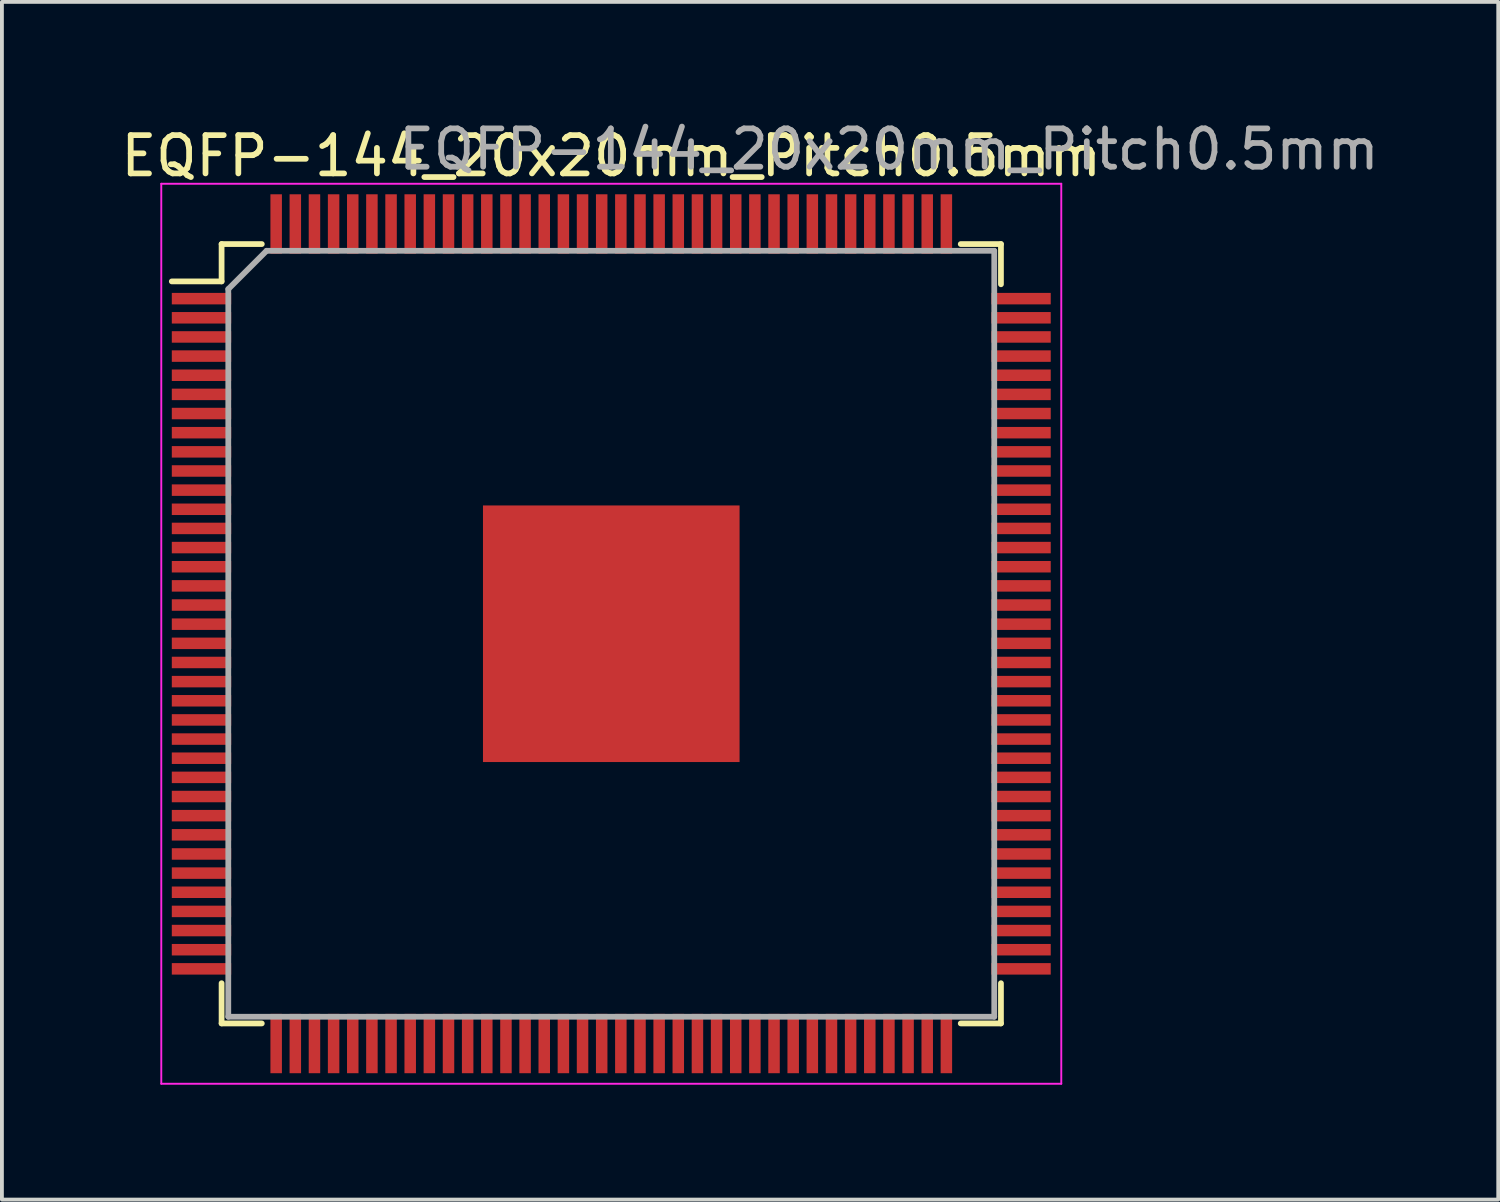
<source format=kicad_pcb>
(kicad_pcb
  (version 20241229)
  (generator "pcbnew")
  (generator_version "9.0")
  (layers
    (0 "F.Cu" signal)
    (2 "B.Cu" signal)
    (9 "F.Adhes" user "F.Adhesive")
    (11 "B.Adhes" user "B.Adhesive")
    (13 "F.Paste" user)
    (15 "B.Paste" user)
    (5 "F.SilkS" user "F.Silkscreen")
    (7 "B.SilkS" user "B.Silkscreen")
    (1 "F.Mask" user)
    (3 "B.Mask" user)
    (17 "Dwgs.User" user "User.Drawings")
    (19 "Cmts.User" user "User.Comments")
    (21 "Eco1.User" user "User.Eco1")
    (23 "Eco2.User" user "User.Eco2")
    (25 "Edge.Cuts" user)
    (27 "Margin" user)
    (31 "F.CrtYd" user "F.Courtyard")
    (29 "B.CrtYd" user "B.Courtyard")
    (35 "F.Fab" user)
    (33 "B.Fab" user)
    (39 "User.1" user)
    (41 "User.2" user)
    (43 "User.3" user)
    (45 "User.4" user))
  (footprint "EQFP-144_20x20mm_Pitch0.5mm"
    (layer "F.Cu")
    (at 12.911 13.498)
    (property "Reference" "EQFP-144_20x20mm_Pitch0.5mm" (at 0 -12.475 0) (layer "F.SilkS") (effects (font (size 1 1) (thickness 0.15))))
    (attr smd)
    (fp_line (start -10.175 -10.175) (end -10.175 -9.2) (stroke (width 0.15) (type solid)) (layer "F.SilkS"))
    (fp_line (start -10.175 -10.175) (end -9.125 -10.175) (stroke (width 0.15) (type solid)) (layer "F.SilkS"))
    (fp_line (start -10.175 -9.2) (end -11.475 -9.2) (stroke (width 0.15) (type solid)) (layer "F.SilkS"))
    (fp_line (start -10.175 10.175) (end -10.175 9.125) (stroke (width 0.15) (type solid)) (layer "F.SilkS"))
    (fp_line (start -10.175 10.175) (end -9.125 10.175) (stroke (width 0.15) (type solid)) (layer "F.SilkS"))
    (fp_line (start 10.175 -10.175) (end 9.125 -10.175) (stroke (width 0.15) (type solid)) (layer "F.SilkS"))
    (fp_line (start 10.175 -10.175) (end 10.175 -9.125) (stroke (width 0.15) (type solid)) (layer "F.SilkS"))
    (fp_line (start 10.175 10.175) (end 9.125 10.175) (stroke (width 0.15) (type solid)) (layer "F.SilkS"))
    (fp_line (start 10.175 10.175) (end 10.175 9.125) (stroke (width 0.15) (type solid)) (layer "F.SilkS"))
    (fp_line (start -11.75 -11.75) (end -11.75 11.75) (stroke (width 0.05) (type solid)) (layer "F.CrtYd"))
    (fp_line (start -11.75 -11.75) (end 11.75 -11.75) (stroke (width 0.05) (type solid)) (layer "F.CrtYd"))
    (fp_line (start -11.75 11.75) (end 11.75 11.75) (stroke (width 0.05) (type solid)) (layer "F.CrtYd"))
    (fp_line (start 11.75 -11.75) (end 11.75 11.75) (stroke (width 0.05) (type solid)) (layer "F.CrtYd"))
    (fp_line (start -10 -9) (end -9 -10) (stroke (width 0.15) (type solid)) (layer "F.Fab"))
    (fp_line (start -10 10) (end -10 -9) (stroke (width 0.15) (type solid)) (layer "F.Fab"))
    (fp_line (start -9 -10) (end 10 -10) (stroke (width 0.15) (type solid)) (layer "F.Fab"))
    (fp_line (start 10 -10) (end 10 10) (stroke (width 0.15) (type solid)) (layer "F.Fab"))
    (fp_line (start 10 10) (end -10 10) (stroke (width 0.15) (type solid)) (layer "F.Fab"))
    (fp_text user "${REFERENCE}" (at 7.25 -12.65 0) (layer "F.Fab") (effects (font (size 1 1) (thickness 0.15))))
    (pad "1" smd rect (at -10.7 -8.75) (size 1.55 0.3) (layers "F.Cu" "F.Mask" "F.Paste"))
    (pad "2" smd rect (at -10.7 -8.25) (size 1.55 0.3) (layers "F.Cu" "F.Mask" "F.Paste"))
    (pad "3" smd rect (at -10.7 -7.75) (size 1.55 0.3) (layers "F.Cu" "F.Mask" "F.Paste"))
    (pad "4" smd rect (at -10.7 -7.25) (size 1.55 0.3) (layers "F.Cu" "F.Mask" "F.Paste"))
    (pad "5" smd rect (at -10.7 -6.75) (size 1.55 0.3) (layers "F.Cu" "F.Mask" "F.Paste"))
    (pad "6" smd rect (at -10.7 -6.25) (size 1.55 0.3) (layers "F.Cu" "F.Mask" "F.Paste"))
    (pad "7" smd rect (at -10.7 -5.75) (size 1.55 0.3) (layers "F.Cu" "F.Mask" "F.Paste"))
    (pad "8" smd rect (at -10.7 -5.25) (size 1.55 0.3) (layers "F.Cu" "F.Mask" "F.Paste"))
    (pad "9" smd rect (at -10.7 -4.75) (size 1.55 0.3) (layers "F.Cu" "F.Mask" "F.Paste"))
    (pad "10" smd rect (at -10.7 -4.25) (size 1.55 0.3) (layers "F.Cu" "F.Mask" "F.Paste"))
    (pad "11" smd rect (at -10.7 -3.75) (size 1.55 0.3) (layers "F.Cu" "F.Mask" "F.Paste"))
    (pad "12" smd rect (at -10.7 -3.25) (size 1.55 0.3) (layers "F.Cu" "F.Mask" "F.Paste"))
    (pad "13" smd rect (at -10.7 -2.75) (size 1.55 0.3) (layers "F.Cu" "F.Mask" "F.Paste"))
    (pad "14" smd rect (at -10.7 -2.25) (size 1.55 0.3) (layers "F.Cu" "F.Mask" "F.Paste"))
    (pad "15" smd rect (at -10.7 -1.75) (size 1.55 0.3) (layers "F.Cu" "F.Mask" "F.Paste"))
    (pad "16" smd rect (at -10.7 -1.25) (size 1.55 0.3) (layers "F.Cu" "F.Mask" "F.Paste"))
    (pad "17" smd rect (at -10.7 -0.75) (size 1.55 0.3) (layers "F.Cu" "F.Mask" "F.Paste"))
    (pad "18" smd rect (at -10.7 -0.25) (size 1.55 0.3) (layers "F.Cu" "F.Mask" "F.Paste"))
    (pad "19" smd rect (at -10.7 0.25) (size 1.55 0.3) (layers "F.Cu" "F.Mask" "F.Paste"))
    (pad "20" smd rect (at -10.7 0.75) (size 1.55 0.3) (layers "F.Cu" "F.Mask" "F.Paste"))
    (pad "21" smd rect (at -10.7 1.25) (size 1.55 0.3) (layers "F.Cu" "F.Mask" "F.Paste"))
    (pad "22" smd rect (at -10.7 1.75) (size 1.55 0.3) (layers "F.Cu" "F.Mask" "F.Paste"))
    (pad "23" smd rect (at -10.7 2.25) (size 1.55 0.3) (layers "F.Cu" "F.Mask" "F.Paste"))
    (pad "24" smd rect (at -10.7 2.75) (size 1.55 0.3) (layers "F.Cu" "F.Mask" "F.Paste"))
    (pad "25" smd rect (at -10.7 3.25) (size 1.55 0.3) (layers "F.Cu" "F.Mask" "F.Paste"))
    (pad "26" smd rect (at -10.7 3.75) (size 1.55 0.3) (layers "F.Cu" "F.Mask" "F.Paste"))
    (pad "27" smd rect (at -10.7 4.25) (size 1.55 0.3) (layers "F.Cu" "F.Mask" "F.Paste"))
    (pad "28" smd rect (at -10.7 4.75) (size 1.55 0.3) (layers "F.Cu" "F.Mask" "F.Paste"))
    (pad "29" smd rect (at -10.7 5.25) (size 1.55 0.3) (layers "F.Cu" "F.Mask" "F.Paste"))
    (pad "30" smd rect (at -10.7 5.75) (size 1.55 0.3) (layers "F.Cu" "F.Mask" "F.Paste"))
    (pad "31" smd rect (at -10.7 6.25) (size 1.55 0.3) (layers "F.Cu" "F.Mask" "F.Paste"))
    (pad "32" smd rect (at -10.7 6.75) (size 1.55 0.3) (layers "F.Cu" "F.Mask" "F.Paste"))
    (pad "33" smd rect (at -10.7 7.25) (size 1.55 0.3) (layers "F.Cu" "F.Mask" "F.Paste"))
    (pad "34" smd rect (at -10.7 7.75) (size 1.55 0.3) (layers "F.Cu" "F.Mask" "F.Paste"))
    (pad "35" smd rect (at -10.7 8.25) (size 1.55 0.3) (layers "F.Cu" "F.Mask" "F.Paste"))
    (pad "36" smd rect (at -10.7 8.75) (size 1.55 0.3) (layers "F.Cu" "F.Mask" "F.Paste"))
    (pad "37" smd rect (at -8.75 10.7 90) (size 1.55 0.3) (layers "F.Cu" "F.Mask" "F.Paste"))
    (pad "38" smd rect (at -8.25 10.7 90) (size 1.55 0.3) (layers "F.Cu" "F.Mask" "F.Paste"))
    (pad "39" smd rect (at -7.75 10.7 90) (size 1.55 0.3) (layers "F.Cu" "F.Mask" "F.Paste"))
    (pad "40" smd rect (at -7.25 10.7 90) (size 1.55 0.3) (layers "F.Cu" "F.Mask" "F.Paste"))
    (pad "41" smd rect (at -6.75 10.7 90) (size 1.55 0.3) (layers "F.Cu" "F.Mask" "F.Paste"))
    (pad "42" smd rect (at -6.25 10.7 90) (size 1.55 0.3) (layers "F.Cu" "F.Mask" "F.Paste"))
    (pad "43" smd rect (at -5.75 10.7 90) (size 1.55 0.3) (layers "F.Cu" "F.Mask" "F.Paste"))
    (pad "44" smd rect (at -5.25 10.7 90) (size 1.55 0.3) (layers "F.Cu" "F.Mask" "F.Paste"))
    (pad "45" smd rect (at -4.75 10.7 90) (size 1.55 0.3) (layers "F.Cu" "F.Mask" "F.Paste"))
    (pad "46" smd rect (at -4.25 10.7 90) (size 1.55 0.3) (layers "F.Cu" "F.Mask" "F.Paste"))
    (pad "47" smd rect (at -3.75 10.7 90) (size 1.55 0.3) (layers "F.Cu" "F.Mask" "F.Paste"))
    (pad "48" smd rect (at -3.25 10.7 90) (size 1.55 0.3) (layers "F.Cu" "F.Mask" "F.Paste"))
    (pad "49" smd rect (at -2.75 10.7 90) (size 1.55 0.3) (layers "F.Cu" "F.Mask" "F.Paste"))
    (pad "50" smd rect (at -2.25 10.7 90) (size 1.55 0.3) (layers "F.Cu" "F.Mask" "F.Paste"))
    (pad "51" smd rect (at -1.75 10.7 90) (size 1.55 0.3) (layers "F.Cu" "F.Mask" "F.Paste"))
    (pad "52" smd rect (at -1.25 10.7 90) (size 1.55 0.3) (layers "F.Cu" "F.Mask" "F.Paste"))
    (pad "53" smd rect (at -0.75 10.7 90) (size 1.55 0.3) (layers "F.Cu" "F.Mask" "F.Paste"))
    (pad "54" smd rect (at -0.25 10.7 90) (size 1.55 0.3) (layers "F.Cu" "F.Mask" "F.Paste"))
    (pad "55" smd rect (at 0.25 10.7 90) (size 1.55 0.3) (layers "F.Cu" "F.Mask" "F.Paste"))
    (pad "56" smd rect (at 0.75 10.7 90) (size 1.55 0.3) (layers "F.Cu" "F.Mask" "F.Paste"))
    (pad "57" smd rect (at 1.25 10.7 90) (size 1.55 0.3) (layers "F.Cu" "F.Mask" "F.Paste"))
    (pad "58" smd rect (at 1.75 10.7 90) (size 1.55 0.3) (layers "F.Cu" "F.Mask" "F.Paste"))
    (pad "59" smd rect (at 2.25 10.7 90) (size 1.55 0.3) (layers "F.Cu" "F.Mask" "F.Paste"))
    (pad "60" smd rect (at 2.75 10.7 90) (size 1.55 0.3) (layers "F.Cu" "F.Mask" "F.Paste"))
    (pad "61" smd rect (at 3.25 10.7 90) (size 1.55 0.3) (layers "F.Cu" "F.Mask" "F.Paste"))
    (pad "62" smd rect (at 3.75 10.7 90) (size 1.55 0.3) (layers "F.Cu" "F.Mask" "F.Paste"))
    (pad "63" smd rect (at 4.25 10.7 90) (size 1.55 0.3) (layers "F.Cu" "F.Mask" "F.Paste"))
    (pad "64" smd rect (at 4.75 10.7 90) (size 1.55 0.3) (layers "F.Cu" "F.Mask" "F.Paste"))
    (pad "65" smd rect (at 5.25 10.7 90) (size 1.55 0.3) (layers "F.Cu" "F.Mask" "F.Paste"))
    (pad "66" smd rect (at 5.75 10.7 90) (size 1.55 0.3) (layers "F.Cu" "F.Mask" "F.Paste"))
    (pad "67" smd rect (at 6.25 10.7 90) (size 1.55 0.3) (layers "F.Cu" "F.Mask" "F.Paste"))
    (pad "68" smd rect (at 6.75 10.7 90) (size 1.55 0.3) (layers "F.Cu" "F.Mask" "F.Paste"))
    (pad "69" smd rect (at 7.25 10.7 90) (size 1.55 0.3) (layers "F.Cu" "F.Mask" "F.Paste"))
    (pad "70" smd rect (at 7.75 10.7 90) (size 1.55 0.3) (layers "F.Cu" "F.Mask" "F.Paste"))
    (pad "71" smd rect (at 8.25 10.7 90) (size 1.55 0.3) (layers "F.Cu" "F.Mask" "F.Paste"))
    (pad "72" smd rect (at 8.75 10.7 90) (size 1.55 0.3) (layers "F.Cu" "F.Mask" "F.Paste"))
    (pad "73" smd rect (at 10.7 8.75) (size 1.55 0.3) (layers "F.Cu" "F.Mask" "F.Paste"))
    (pad "74" smd rect (at 10.7 8.25) (size 1.55 0.3) (layers "F.Cu" "F.Mask" "F.Paste"))
    (pad "75" smd rect (at 10.7 7.75) (size 1.55 0.3) (layers "F.Cu" "F.Mask" "F.Paste"))
    (pad "76" smd rect (at 10.7 7.25) (size 1.55 0.3) (layers "F.Cu" "F.Mask" "F.Paste"))
    (pad "77" smd rect (at 10.7 6.75) (size 1.55 0.3) (layers "F.Cu" "F.Mask" "F.Paste"))
    (pad "78" smd rect (at 10.7 6.25) (size 1.55 0.3) (layers "F.Cu" "F.Mask" "F.Paste"))
    (pad "79" smd rect (at 10.7 5.75) (size 1.55 0.3) (layers "F.Cu" "F.Mask" "F.Paste"))
    (pad "80" smd rect (at 10.7 5.25) (size 1.55 0.3) (layers "F.Cu" "F.Mask" "F.Paste"))
    (pad "81" smd rect (at 10.7 4.75) (size 1.55 0.3) (layers "F.Cu" "F.Mask" "F.Paste"))
    (pad "82" smd rect (at 10.7 4.25) (size 1.55 0.3) (layers "F.Cu" "F.Mask" "F.Paste"))
    (pad "83" smd rect (at 10.7 3.75) (size 1.55 0.3) (layers "F.Cu" "F.Mask" "F.Paste"))
    (pad "84" smd rect (at 10.7 3.25) (size 1.55 0.3) (layers "F.Cu" "F.Mask" "F.Paste"))
    (pad "85" smd rect (at 10.7 2.75) (size 1.55 0.3) (layers "F.Cu" "F.Mask" "F.Paste"))
    (pad "86" smd rect (at 10.7 2.25) (size 1.55 0.3) (layers "F.Cu" "F.Mask" "F.Paste"))
    (pad "87" smd rect (at 10.7 1.75) (size 1.55 0.3) (layers "F.Cu" "F.Mask" "F.Paste"))
    (pad "88" smd rect (at 10.7 1.25) (size 1.55 0.3) (layers "F.Cu" "F.Mask" "F.Paste"))
    (pad "89" smd rect (at 10.7 0.75) (size 1.55 0.3) (layers "F.Cu" "F.Mask" "F.Paste"))
    (pad "90" smd rect (at 10.7 0.25) (size 1.55 0.3) (layers "F.Cu" "F.Mask" "F.Paste"))
    (pad "91" smd rect (at 10.7 -0.25) (size 1.55 0.3) (layers "F.Cu" "F.Mask" "F.Paste"))
    (pad "92" smd rect (at 10.7 -0.75) (size 1.55 0.3) (layers "F.Cu" "F.Mask" "F.Paste"))
    (pad "93" smd rect (at 10.7 -1.25) (size 1.55 0.3) (layers "F.Cu" "F.Mask" "F.Paste"))
    (pad "94" smd rect (at 10.7 -1.75) (size 1.55 0.3) (layers "F.Cu" "F.Mask" "F.Paste"))
    (pad "95" smd rect (at 10.7 -2.25) (size 1.55 0.3) (layers "F.Cu" "F.Mask" "F.Paste"))
    (pad "96" smd rect (at 10.7 -2.75) (size 1.55 0.3) (layers "F.Cu" "F.Mask" "F.Paste"))
    (pad "97" smd rect (at 10.7 -3.25) (size 1.55 0.3) (layers "F.Cu" "F.Mask" "F.Paste"))
    (pad "98" smd rect (at 10.7 -3.75) (size 1.55 0.3) (layers "F.Cu" "F.Mask" "F.Paste"))
    (pad "99" smd rect (at 10.7 -4.25) (size 1.55 0.3) (layers "F.Cu" "F.Mask" "F.Paste"))
    (pad "100" smd rect (at 10.7 -4.75) (size 1.55 0.3) (layers "F.Cu" "F.Mask" "F.Paste"))
    (pad "101" smd rect (at 10.7 -5.25) (size 1.55 0.3) (layers "F.Cu" "F.Mask" "F.Paste"))
    (pad "102" smd rect (at 10.7 -5.75) (size 1.55 0.3) (layers "F.Cu" "F.Mask" "F.Paste"))
    (pad "103" smd rect (at 10.7 -6.25) (size 1.55 0.3) (layers "F.Cu" "F.Mask" "F.Paste"))
    (pad "104" smd rect (at 10.7 -6.75) (size 1.55 0.3) (layers "F.Cu" "F.Mask" "F.Paste"))
    (pad "105" smd rect (at 10.7 -7.25) (size 1.55 0.3) (layers "F.Cu" "F.Mask" "F.Paste"))
    (pad "106" smd rect (at 10.7 -7.75) (size 1.55 0.3) (layers "F.Cu" "F.Mask" "F.Paste"))
    (pad "107" smd rect (at 10.7 -8.25) (size 1.55 0.3) (layers "F.Cu" "F.Mask" "F.Paste"))
    (pad "108" smd rect (at 10.7 -8.75) (size 1.55 0.3) (layers "F.Cu" "F.Mask" "F.Paste"))
    (pad "109" smd rect (at 8.75 -10.7 90) (size 1.55 0.3) (layers "F.Cu" "F.Mask" "F.Paste"))
    (pad "110" smd rect (at 8.25 -10.7 90) (size 1.55 0.3) (layers "F.Cu" "F.Mask" "F.Paste"))
    (pad "111" smd rect (at 7.75 -10.7 90) (size 1.55 0.3) (layers "F.Cu" "F.Mask" "F.Paste"))
    (pad "112" smd rect (at 7.25 -10.7 90) (size 1.55 0.3) (layers "F.Cu" "F.Mask" "F.Paste"))
    (pad "113" smd rect (at 6.75 -10.7 90) (size 1.55 0.3) (layers "F.Cu" "F.Mask" "F.Paste"))
    (pad "114" smd rect (at 6.25 -10.7 90) (size 1.55 0.3) (layers "F.Cu" "F.Mask" "F.Paste"))
    (pad "115" smd rect (at 5.75 -10.7 90) (size 1.55 0.3) (layers "F.Cu" "F.Mask" "F.Paste"))
    (pad "116" smd rect (at 5.25 -10.7 90) (size 1.55 0.3) (layers "F.Cu" "F.Mask" "F.Paste"))
    (pad "117" smd rect (at 4.75 -10.7 90) (size 1.55 0.3) (layers "F.Cu" "F.Mask" "F.Paste"))
    (pad "118" smd rect (at 4.25 -10.7 90) (size 1.55 0.3) (layers "F.Cu" "F.Mask" "F.Paste"))
    (pad "119" smd rect (at 3.75 -10.7 90) (size 1.55 0.3) (layers "F.Cu" "F.Mask" "F.Paste"))
    (pad "120" smd rect (at 3.25 -10.7 90) (size 1.55 0.3) (layers "F.Cu" "F.Mask" "F.Paste"))
    (pad "121" smd rect (at 2.75 -10.7 90) (size 1.55 0.3) (layers "F.Cu" "F.Mask" "F.Paste"))
    (pad "122" smd rect (at 2.25 -10.7 90) (size 1.55 0.3) (layers "F.Cu" "F.Mask" "F.Paste"))
    (pad "123" smd rect (at 1.75 -10.7 90) (size 1.55 0.3) (layers "F.Cu" "F.Mask" "F.Paste"))
    (pad "124" smd rect (at 1.25 -10.7 90) (size 1.55 0.3) (layers "F.Cu" "F.Mask" "F.Paste"))
    (pad "125" smd rect (at 0.75 -10.7 90) (size 1.55 0.3) (layers "F.Cu" "F.Mask" "F.Paste"))
    (pad "126" smd rect (at 0.25 -10.7 90) (size 1.55 0.3) (layers "F.Cu" "F.Mask" "F.Paste"))
    (pad "127" smd rect (at -0.25 -10.7 90) (size 1.55 0.3) (layers "F.Cu" "F.Mask" "F.Paste"))
    (pad "128" smd rect (at -0.75 -10.7 90) (size 1.55 0.3) (layers "F.Cu" "F.Mask" "F.Paste"))
    (pad "129" smd rect (at -1.25 -10.7 90) (size 1.55 0.3) (layers "F.Cu" "F.Mask" "F.Paste"))
    (pad "130" smd rect (at -1.75 -10.7 90) (size 1.55 0.3) (layers "F.Cu" "F.Mask" "F.Paste"))
    (pad "131" smd rect (at -2.25 -10.7 90) (size 1.55 0.3) (layers "F.Cu" "F.Mask" "F.Paste"))
    (pad "132" smd rect (at -2.75 -10.7 90) (size 1.55 0.3) (layers "F.Cu" "F.Mask" "F.Paste"))
    (pad "133" smd rect (at -3.25 -10.7 90) (size 1.55 0.3) (layers "F.Cu" "F.Mask" "F.Paste"))
    (pad "134" smd rect (at -3.75 -10.7 90) (size 1.55 0.3) (layers "F.Cu" "F.Mask" "F.Paste"))
    (pad "135" smd rect (at -4.25 -10.7 90) (size 1.55 0.3) (layers "F.Cu" "F.Mask" "F.Paste"))
    (pad "136" smd rect (at -4.75 -10.7 90) (size 1.55 0.3) (layers "F.Cu" "F.Mask" "F.Paste"))
    (pad "137" smd rect (at -5.25 -10.7 90) (size 1.55 0.3) (layers "F.Cu" "F.Mask" "F.Paste"))
    (pad "138" smd rect (at -5.75 -10.7 90) (size 1.55 0.3) (layers "F.Cu" "F.Mask" "F.Paste"))
    (pad "139" smd rect (at -6.25 -10.7 90) (size 1.55 0.3) (layers "F.Cu" "F.Mask" "F.Paste"))
    (pad "140" smd rect (at -6.75 -10.7 90) (size 1.55 0.3) (layers "F.Cu" "F.Mask" "F.Paste"))
    (pad "141" smd rect (at -7.25 -10.7 90) (size 1.55 0.3) (layers "F.Cu" "F.Mask" "F.Paste"))
    (pad "142" smd rect (at -7.75 -10.7 90) (size 1.55 0.3) (layers "F.Cu" "F.Mask" "F.Paste"))
    (pad "143" smd rect (at -8.25 -10.7 90) (size 1.55 0.3) (layers "F.Cu" "F.Mask" "F.Paste"))
    (pad "144" smd rect (at -8.75 -10.7 90) (size 1.55 0.3) (layers "F.Cu" "F.Mask" "F.Paste"))
    (pad "145" smd rect (at 0 0) (size 6.7 6.7) (layers "F.Cu" "F.Mask" "F.Paste")))
  (gr_rect
    (start -3 -3)
    (end 36.071 28.273)
    (stroke (width 0.1) (type default))
    (fill no)
    (layer "Edge.Cuts")))
</source>
